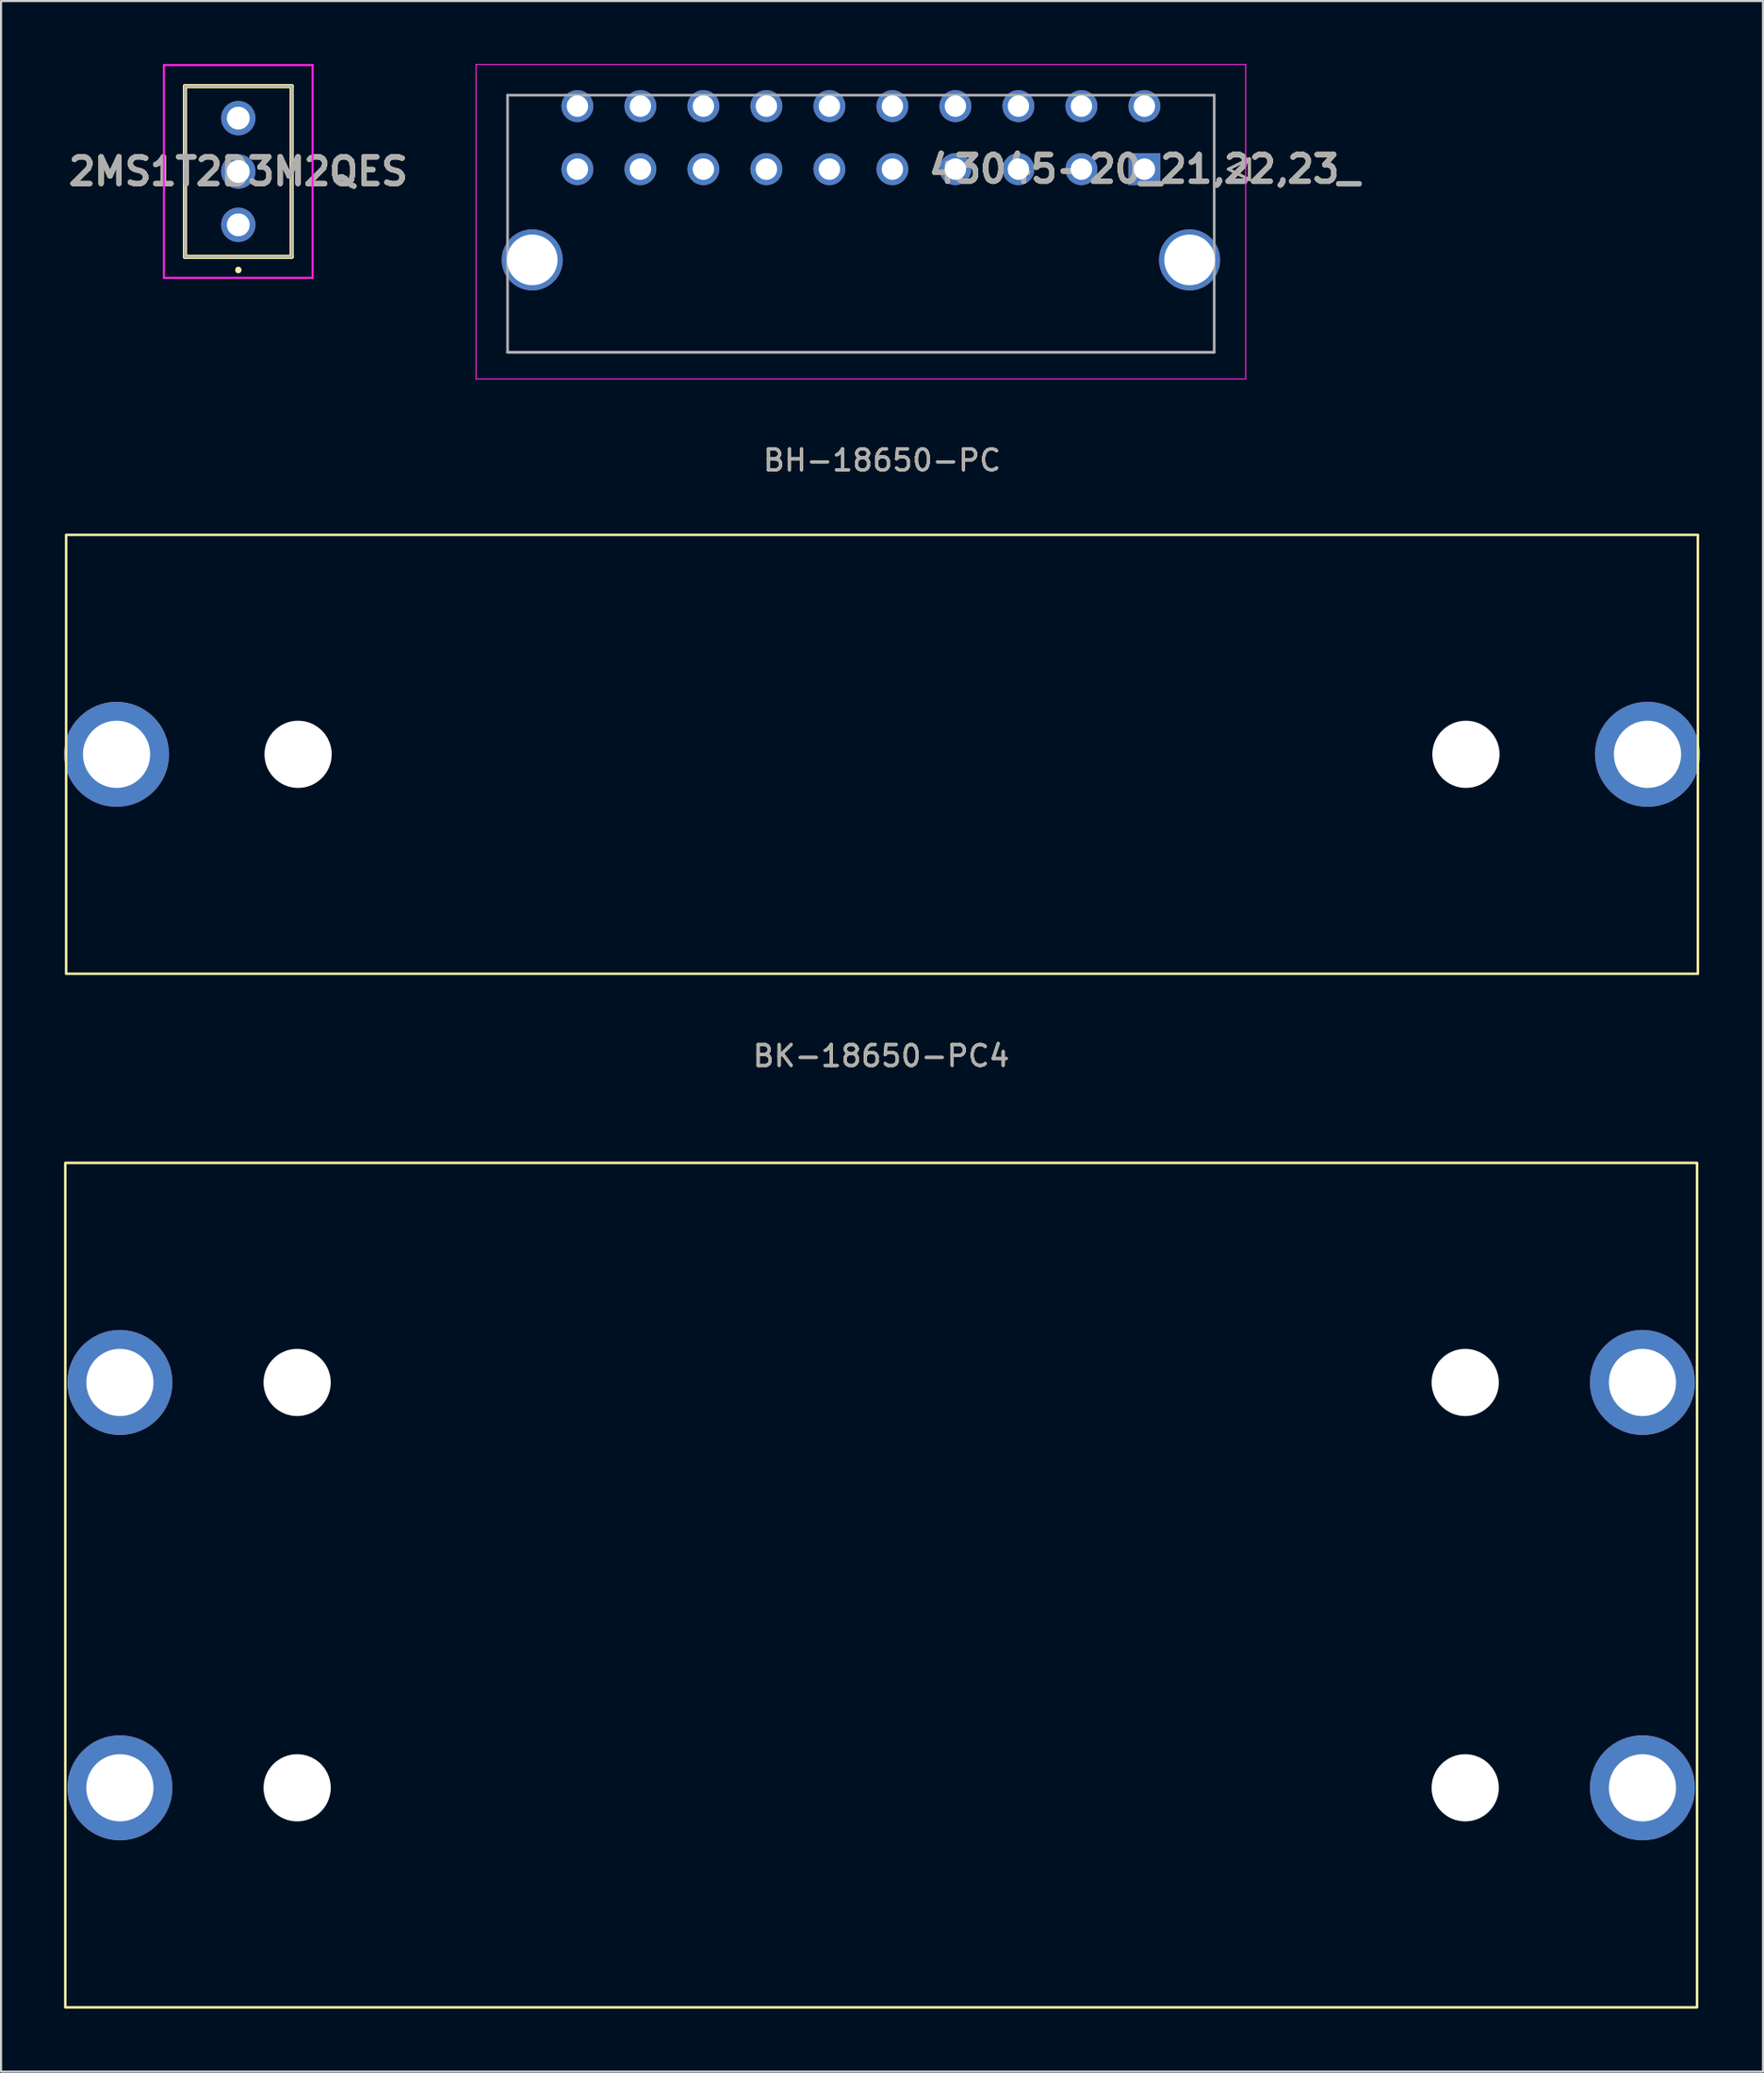
<source format=kicad_pcb>
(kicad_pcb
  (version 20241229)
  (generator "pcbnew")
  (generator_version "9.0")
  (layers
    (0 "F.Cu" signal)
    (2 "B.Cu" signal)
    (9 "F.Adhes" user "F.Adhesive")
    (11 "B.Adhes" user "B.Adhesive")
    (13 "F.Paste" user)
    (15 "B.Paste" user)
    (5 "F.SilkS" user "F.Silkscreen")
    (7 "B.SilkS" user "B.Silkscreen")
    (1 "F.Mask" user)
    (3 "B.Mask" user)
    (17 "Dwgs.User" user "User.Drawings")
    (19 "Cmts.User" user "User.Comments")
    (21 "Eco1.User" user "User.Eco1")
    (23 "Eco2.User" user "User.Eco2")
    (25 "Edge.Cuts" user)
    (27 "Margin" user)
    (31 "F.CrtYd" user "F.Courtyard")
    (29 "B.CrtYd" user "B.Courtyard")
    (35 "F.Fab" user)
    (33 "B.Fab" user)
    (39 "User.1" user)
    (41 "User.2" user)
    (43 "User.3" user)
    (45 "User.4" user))
  (footprint "43045-20_21,22,23_"
    (layer "F.Cu")
    (at 51.444 5.004)
    (property "Reference" "43045-20_21,22,23_" (at 0 0 0) (layer "F.SilkS") (effects (font (size 1.27 1.27) (thickness 0.254))))
    (attr through_hole)
    (fp_line (start 3.325 8.72) (end -30.325 8.72) (stroke (width 0.127) (type solid)) (layer "F.SilkS"))
    (fp_line (start 4 0) (end 5 -0.5) (stroke (width 0.127) (type solid)) (layer "F.SilkS"))
    (fp_line (start 5 -0.5) (end 5 0.5) (stroke (width 0.127) (type solid)) (layer "F.SilkS"))
    (fp_line (start 5 0.5) (end 4 0) (stroke (width 0.127) (type solid)) (layer "F.SilkS"))
    (fp_line (start -31.824 -4.979) (end 4.824 -4.979) (stroke (width 0.05) (type solid)) (layer "F.CrtYd"))
    (fp_line (start -31.824 9.99) (end -31.824 -4.979) (stroke (width 0.05) (type solid)) (layer "F.CrtYd"))
    (fp_line (start 4.824 -4.979) (end 4.824 9.99) (stroke (width 0.05) (type solid)) (layer "F.CrtYd"))
    (fp_line (start 4.824 9.99) (end -31.824 9.99) (stroke (width 0.05) (type solid)) (layer "F.CrtYd"))
    (fp_line (start -30.325 -3.52) (end 3.325 -3.52) (stroke (width 0.127) (type solid)) (layer "F.Fab"))
    (fp_line (start -30.325 8.72) (end -30.325 -3.52) (stroke (width 0.127) (type solid)) (layer "F.Fab"))
    (fp_line (start 3.325 -3.52) (end 3.325 8.72) (stroke (width 0.127) (type solid)) (layer "F.Fab"))
    (fp_line (start 3.325 8.72) (end -30.325 8.72) (stroke (width 0.127) (type solid)) (layer "F.Fab"))
    (fp_line (start 4 0) (end 5 -0.5) (stroke (width 0.127) (type solid)) (layer "F.Fab"))
    (fp_line (start 5 -0.5) (end 5 0.5) (stroke (width 0.127) (type solid)) (layer "F.Fab"))
    (fp_line (start 5 0.5) (end 4 0) (stroke (width 0.127) (type solid)) (layer "F.Fab"))
    (fp_text user "${REFERENCE}" (at 0 0 0) (layer "F.Fab") (effects (font (size 1.27 1.27) (thickness 0.254))))
    (pad "1" thru_hole rect (at 0 0) (size 1.52 1.52) (drill 1.02) (layers "*.Cu" "*.Mask"))
    (pad "2" thru_hole circle (at -3 0) (size 1.52 1.52) (drill 1.02) (layers "*.Cu" "*.Mask"))
    (pad "3" thru_hole circle (at -6 0) (size 1.52 1.52) (drill 1.02) (layers "*.Cu" "*.Mask"))
    (pad "4" thru_hole circle (at -9 0) (size 1.52 1.52) (drill 1.02) (layers "*.Cu" "*.Mask"))
    (pad "5" thru_hole circle (at -12 0) (size 1.52 1.52) (drill 1.02) (layers "*.Cu" "*.Mask"))
    (pad "6" thru_hole circle (at -15 0) (size 1.52 1.52) (drill 1.02) (layers "*.Cu" "*.Mask"))
    (pad "7" thru_hole circle (at -18 0) (size 1.52 1.52) (drill 1.02) (layers "*.Cu" "*.Mask"))
    (pad "8" thru_hole circle (at -21 0) (size 1.52 1.52) (drill 1.02) (layers "*.Cu" "*.Mask"))
    (pad "9" thru_hole circle (at -24 0) (size 1.52 1.52) (drill 1.02) (layers "*.Cu" "*.Mask"))
    (pad "10" thru_hole circle (at -27 0) (size 1.52 1.52) (drill 1.02) (layers "*.Cu" "*.Mask"))
    (pad "11" thru_hole circle (at 0 -3) (size 1.52 1.52) (drill 1.02) (layers "*.Cu" "*.Mask"))
    (pad "12" thru_hole circle (at -3 -3) (size 1.52 1.52) (drill 1.02) (layers "*.Cu" "*.Mask"))
    (pad "13" thru_hole circle (at -6 -3) (size 1.52 1.52) (drill 1.02) (layers "*.Cu" "*.Mask"))
    (pad "14" thru_hole circle (at -9 -3) (size 1.52 1.52) (drill 1.02) (layers "*.Cu" "*.Mask"))
    (pad "15" thru_hole circle (at -12 -3) (size 1.52 1.52) (drill 1.02) (layers "*.Cu" "*.Mask"))
    (pad "16" thru_hole circle (at -15 -3) (size 1.52 1.52) (drill 1.02) (layers "*.Cu" "*.Mask"))
    (pad "17" thru_hole circle (at -18 -3) (size 1.52 1.52) (drill 1.02) (layers "*.Cu" "*.Mask"))
    (pad "18" thru_hole circle (at -21 -3) (size 1.52 1.52) (drill 1.02) (layers "*.Cu" "*.Mask"))
    (pad "19" thru_hole circle (at -24 -3) (size 1.52 1.52) (drill 1.02) (layers "*.Cu" "*.Mask"))
    (pad "20" thru_hole circle (at -27 -3) (size 1.52 1.52) (drill 1.02) (layers "*.Cu" "*.Mask"))
    (pad "21" thru_hole circle (at 2.15 4.32) (size 2.91 2.91) (drill 2.41) (layers "*.Cu" "*.Mask"))
    (pad "22" thru_hole circle (at -29.15 4.32) (size 2.91 2.91) (drill 2.41) (layers "*.Cu" "*.Mask")))
  (footprint "BH-18650-PC"
    (layer "F.Cu")
    (at 38.95 32.867)
    (property "Reference" "BH-18650-PC" (at 0 -14 0) (unlocked yes) (layer "F.SilkS") (effects (font (size 1 1) (thickness 0.15))))
    (attr smd)
    (fp_rect (start -38.85 -10.45) (end 38.85 10.45) (stroke (width 0.12) (type solid)) (fill no) (layer "F.SilkS"))
    (fp_text user "${REFERENCE}" (at 0 -14 0) (unlocked yes) (layer "F.Fab") (effects (font (size 1 1) (thickness 0.15))))
    (pad "" np_thru_hole circle (at -27.805 0) (size 3.2 3.2) (drill 3.2) (layers "*.Cu" "*.Mask"))
    (pad "" np_thru_hole circle (at 27.805 0) (size 3.2 3.2) (drill 3.2) (layers "*.Cu" "*.Mask"))
    (pad "1" thru_hole circle (at -36.45 0) (size 5 5) (drill 3.2) (layers "*.Cu" "*.Mask"))
    (pad "2" thru_hole circle (at 36.45 0) (size 5 5) (drill oval 3.2) (layers "*.Cu" "*.Mask")))
  (footprint "2MS1T2B3M2QES"
    (layer "F.Cu")
    (at 8.297 7.655)
    (property "Reference" "2MS1T2B3M2QES" (at 0 -2.54 0) (layer "F.SilkS") (effects (font (size 1.27 1.27) (thickness 0.254))))
    (attr through_hole)
    (fp_line (start -2.54 -6.605) (end 2.54 -6.605) (stroke (width 0.2) (type solid)) (layer "F.SilkS"))
    (fp_line (start -2.54 1.525) (end -2.54 -6.605) (stroke (width 0.2) (type solid)) (layer "F.SilkS"))
    (fp_line (start 0 2.1) (end 0 2.1) (stroke (width 0.2) (type solid)) (layer "F.SilkS"))
    (fp_line (start 0 2.2) (end 0 2.2) (stroke (width 0.2) (type solid)) (layer "F.SilkS"))
    (fp_line (start 0 2.2) (end 0 2.2) (stroke (width 0.2) (type solid)) (layer "F.SilkS"))
    (fp_line (start 2.54 -6.605) (end 2.54 1.525) (stroke (width 0.2) (type solid)) (layer "F.SilkS"))
    (fp_line (start 2.54 1.525) (end -2.54 1.525) (stroke (width 0.2) (type solid)) (layer "F.SilkS"))
    (fp_arc (start 0 2.1) (mid 0.05 2.15) (end 0 2.2) (stroke (width 0.2) (type solid)) (layer "F.SilkS"))
    (fp_arc (start 0 2.1) (mid 0.05 2.15) (end 0 2.2) (stroke (width 0.2) (type solid)) (layer "F.SilkS"))
    (fp_arc (start 0 2.2) (mid -0.05 2.15) (end 0 2.1) (stroke (width 0.2) (type solid)) (layer "F.SilkS"))
    (fp_line (start -3.54 -7.605) (end 3.54 -7.605) (stroke (width 0.1) (type solid)) (layer "F.CrtYd"))
    (fp_line (start -3.54 2.525) (end -3.54 -7.605) (stroke (width 0.1) (type solid)) (layer "F.CrtYd"))
    (fp_line (start 3.54 -7.605) (end 3.54 2.525) (stroke (width 0.1) (type solid)) (layer "F.CrtYd"))
    (fp_line (start 3.54 2.525) (end -3.54 2.525) (stroke (width 0.1) (type solid)) (layer "F.CrtYd"))
    (fp_line (start -2.54 -6.605) (end -2.54 1.525) (stroke (width 0.1) (type solid)) (layer "F.Fab"))
    (fp_line (start -2.54 1.525) (end 2.54 1.525) (stroke (width 0.1) (type solid)) (layer "F.Fab"))
    (fp_line (start 2.54 -6.605) (end -2.54 -6.605) (stroke (width 0.1) (type solid)) (layer "F.Fab"))
    (fp_line (start 2.54 1.525) (end 2.54 -6.605) (stroke (width 0.1) (type solid)) (layer "F.Fab"))
    (fp_text user "${REFERENCE}" (at 0 -2.54 0) (layer "F.Fab") (effects (font (size 1.27 1.27) (thickness 0.254))))
    (pad "1" thru_hole circle (at 0 0) (size 1.635 1.635) (drill 1.09) (layers "*.Cu" "*.Mask"))
    (pad "2" thru_hole circle (at 0 -2.54) (size 1.635 1.635) (drill 1.09) (layers "*.Cu" "*.Mask"))
    (pad "3" thru_hole circle (at 0 -5.08) (size 1.635 1.635) (drill 1.09) (layers "*.Cu" "*.Mask")))
  (footprint "BK-18650-PC4"
    (layer "F.Cu")
    (at 38.91 72.426)
    (property "Reference" "BK-18650-PC4" (at 0 -25.2 0) (unlocked yes) (layer "F.SilkS") (effects (font (size 1 1) (thickness 0.15))))
    (attr smd)
    (fp_rect (start -38.85 -20.105) (end 38.85 20.105) (stroke (width 0.12) (type solid)) (fill no) (layer "F.SilkS"))
    (fp_text user "${REFERENCE}" (at 0 -25.2 0) (unlocked yes) (layer "F.Fab") (effects (font (size 1 1) (thickness 0.15))))
    (pad "" np_thru_hole circle (at -27.81 -9.65) (size 3.2 3.2) (drill 3.2) (layers "*.Cu" "*.Mask"))
    (pad "" np_thru_hole circle (at -27.81 9.65) (size 3.2 3.2) (drill 3.2) (layers "*.Cu" "*.Mask"))
    (pad "" np_thru_hole circle (at 27.81 -9.65) (size 3.2 3.2) (drill 3.2) (layers "*.Cu" "*.Mask"))
    (pad "" np_thru_hole circle (at 27.81 9.65) (size 3.2 3.2) (drill 3.2) (layers "*.Cu" "*.Mask"))
    (pad "1" thru_hole circle (at 36.25 -9.65) (size 5 5) (drill 3.2) (layers "*.Cu" "*.Mask"))
    (pad "2" thru_hole circle (at -36.25 -9.65) (size 5 5) (drill 3.2) (layers "*.Cu" "*.Mask"))
    (pad "3" thru_hole circle (at 36.25 9.65) (size 5 5) (drill 3.2) (layers "*.Cu" "*.Mask"))
    (pad "4" thru_hole circle (at -36.25 9.65) (size 5 5) (drill 3.2) (layers "*.Cu" "*.Mask")))
  (gr_rect
    (start -3 -3)
    (end 80.9 95.591)
    (stroke (width 0.1) (type default))
    (fill no)
    (layer "Edge.Cuts")))
</source>
